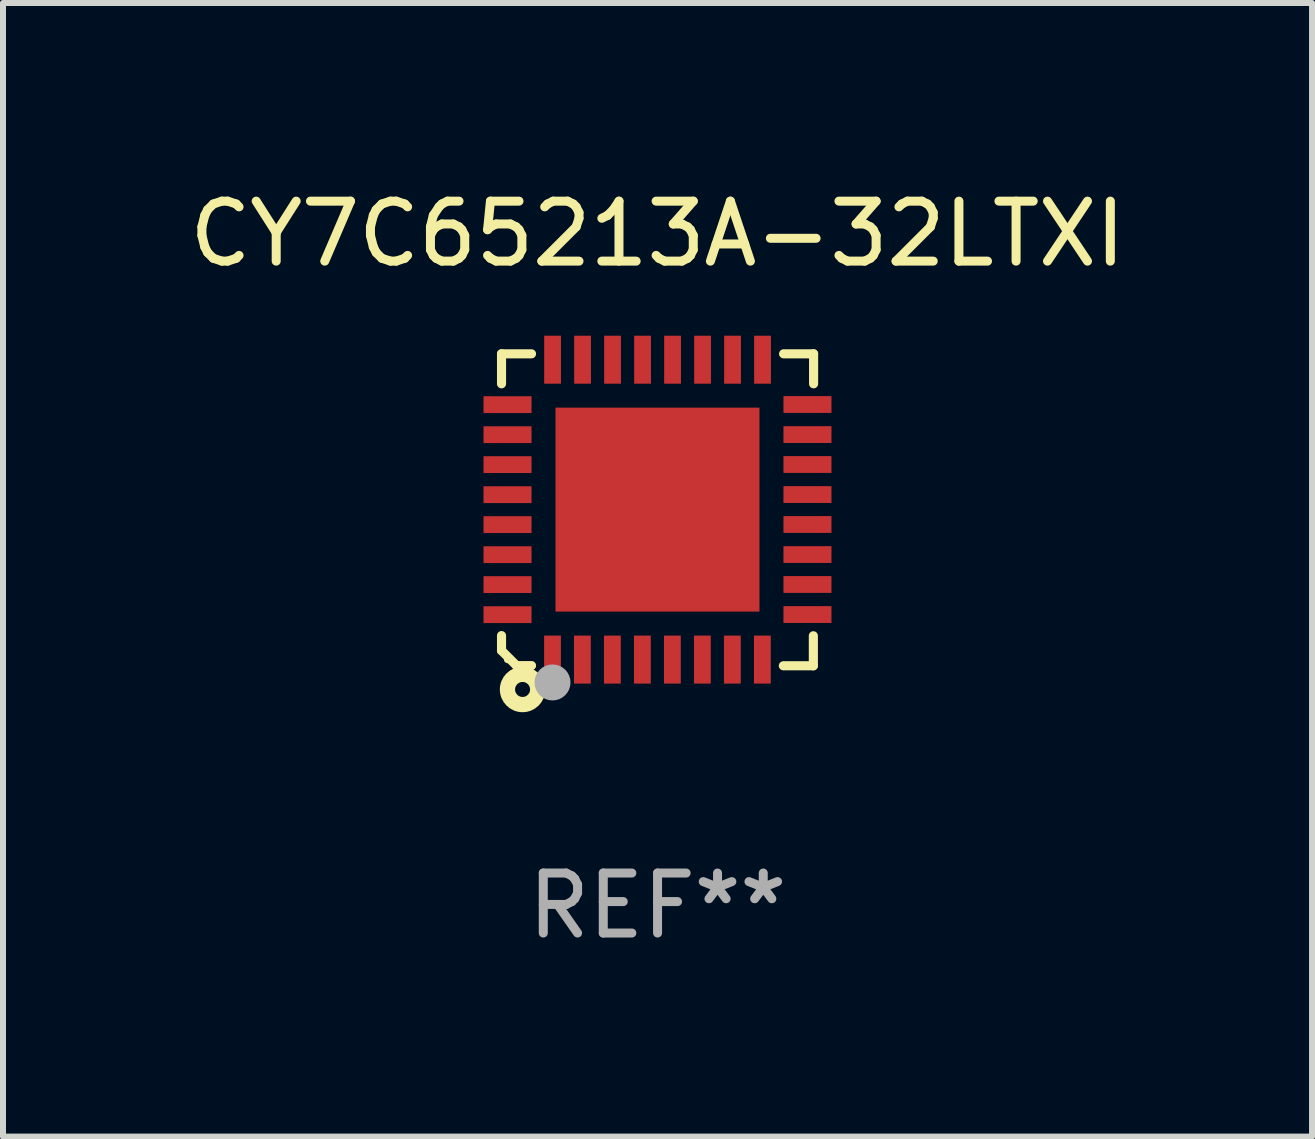
<source format=kicad_pcb>
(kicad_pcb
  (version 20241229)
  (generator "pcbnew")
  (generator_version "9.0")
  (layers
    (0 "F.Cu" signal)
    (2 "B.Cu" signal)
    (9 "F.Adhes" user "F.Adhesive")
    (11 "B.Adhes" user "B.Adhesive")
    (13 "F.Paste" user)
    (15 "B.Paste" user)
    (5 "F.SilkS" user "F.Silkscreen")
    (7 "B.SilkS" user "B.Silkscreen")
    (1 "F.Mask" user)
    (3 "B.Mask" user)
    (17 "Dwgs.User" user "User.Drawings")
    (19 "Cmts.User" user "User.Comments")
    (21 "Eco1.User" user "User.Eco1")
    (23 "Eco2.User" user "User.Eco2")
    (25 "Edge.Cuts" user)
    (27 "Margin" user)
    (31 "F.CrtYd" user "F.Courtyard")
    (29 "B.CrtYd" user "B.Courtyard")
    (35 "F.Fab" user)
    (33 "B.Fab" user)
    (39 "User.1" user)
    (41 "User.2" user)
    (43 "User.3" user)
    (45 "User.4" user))
  (footprint "CY7C65213A-32LTXI"
    (layer "F.Cu")
    (at 7.911 5.448)
    (property "Reference" "CY7C65213A-32LTXI" (at 0 -4.6 0) (layer "F.SilkS") (effects (font (size 1 1) (thickness 0.15))))
    (attr through_hole)
    (fp_line (start -2.601 2.097) (end -2.601 2.347) (stroke (width 0.152) (type solid)) (layer "F.SilkS"))
    (fp_line (start -2.601 2.347) (end -2.351 2.597) (stroke (width 0.152) (type solid)) (layer "F.SilkS"))
    (fp_line (start -2.601 -2.6) (end -2.601 -2.1) (stroke (width 0.152) (type solid)) (layer "F.SilkS"))
    (fp_line (start -2.601 -2.6) (end -2.101 -2.6) (stroke (width 0.152) (type solid)) (layer "F.SilkS"))
    (fp_line (start -2.351 2.597) (end -2.101 2.597) (stroke (width 0.152) (type solid)) (layer "F.SilkS"))
    (fp_line (start 2.597 2.6) (end 2.097 2.6) (stroke (width 0.152) (type solid)) (layer "F.SilkS"))
    (fp_line (start 2.597 2.6) (end 2.597 2.1) (stroke (width 0.152) (type solid)) (layer "F.SilkS"))
    (fp_line (start 2.601 -2.6) (end 2.101 -2.6) (stroke (width 0.152) (type solid)) (layer "F.SilkS"))
    (fp_line (start 2.601 -2.6) (end 2.601 -2.1) (stroke (width 0.152) (type solid)) (layer "F.SilkS"))
    (fp_circle (center -2.501 2.497) (end -2.471 2.497) (stroke (width 0.06) (type solid)) (fill no) (layer "F.SilkS"))
    (fp_circle (center -2.25 2.995) (end -2.125 2.995) (stroke (width 0.254) (type solid)) (fill no) (layer "F.SilkS"))
    (fp_circle (center -1.751 2.878) (end -1.601 2.878) (stroke (width 0.3) (type solid)) (fill no) (layer "F.Fab"))
    (fp_text user "REF**" (at 0 6.6 0) (layer "F.Fab") (effects (font (size 1 1) (thickness 0.15))))
    (pad "1" smd rect (at -1.751 2.497) (size 0.28 0.8) (layers "F.Cu" "F.Mask" "F.Paste"))
    (pad "2" smd rect (at -1.253 2.497) (size 0.28 0.8) (layers "F.Cu" "F.Mask" "F.Paste"))
    (pad "3" smd rect (at -0.753 2.497) (size 0.28 0.8) (layers "F.Cu" "F.Mask" "F.Paste"))
    (pad "4" smd rect (at -0.253 2.497) (size 0.28 0.8) (layers "F.Cu" "F.Mask" "F.Paste"))
    (pad "5" smd rect (at 0.247 2.497) (size 0.28 0.8) (layers "F.Cu" "F.Mask" "F.Paste"))
    (pad "6" smd rect (at 0.747 2.497) (size 0.28 0.8) (layers "F.Cu" "F.Mask" "F.Paste"))
    (pad "7" smd rect (at 1.247 2.497) (size 0.28 0.8) (layers "F.Cu" "F.Mask" "F.Paste"))
    (pad "8" smd rect (at 1.747 2.497) (size 0.28 0.8) (layers "F.Cu" "F.Mask" "F.Paste"))
    (pad "9" smd rect (at 2.499 1.746) (size 0.8 0.28) (layers "F.Cu" "F.Mask" "F.Paste"))
    (pad "10" smd rect (at 2.499 1.245) (size 0.8 0.28) (layers "F.Cu" "F.Mask" "F.Paste"))
    (pad "11" smd rect (at 2.499 0.746) (size 0.8 0.28) (layers "F.Cu" "F.Mask" "F.Paste"))
    (pad "12" smd rect (at 2.499 0.245) (size 0.8 0.28) (layers "F.Cu" "F.Mask" "F.Paste"))
    (pad "13" smd rect (at 2.499 -0.254) (size 0.8 0.28) (layers "F.Cu" "F.Mask" "F.Paste"))
    (pad "14" smd rect (at 2.499 -0.755) (size 0.8 0.28) (layers "F.Cu" "F.Mask" "F.Paste"))
    (pad "15" smd rect (at 2.499 -1.254) (size 0.8 0.28) (layers "F.Cu" "F.Mask" "F.Paste"))
    (pad "16" smd rect (at 2.499 -1.755) (size 0.8 0.28) (layers "F.Cu" "F.Mask" "F.Paste"))
    (pad "17" smd rect (at 1.75 -2.502) (size 0.28 0.8) (layers "F.Cu" "F.Mask" "F.Paste"))
    (pad "18" smd rect (at 1.25 -2.502) (size 0.28 0.8) (layers "F.Cu" "F.Mask" "F.Paste"))
    (pad "19" smd rect (at 0.75 -2.502) (size 0.28 0.8) (layers "F.Cu" "F.Mask" "F.Paste"))
    (pad "20" smd rect (at 0.25 -2.502) (size 0.28 0.8) (layers "F.Cu" "F.Mask" "F.Paste"))
    (pad "21" smd rect (at -0.25 -2.502) (size 0.28 0.8) (layers "F.Cu" "F.Mask" "F.Paste"))
    (pad "22" smd rect (at -0.75 -2.502) (size 0.28 0.8) (layers "F.Cu" "F.Mask" "F.Paste"))
    (pad "23" smd rect (at -1.25 -2.502) (size 0.28 0.8) (layers "F.Cu" "F.Mask" "F.Paste"))
    (pad "24" smd rect (at -1.75 -2.502) (size 0.28 0.8) (layers "F.Cu" "F.Mask" "F.Paste"))
    (pad "25" smd rect (at -2.501 -1.753) (size 0.8 0.28) (layers "F.Cu" "F.Mask" "F.Paste"))
    (pad "26" smd rect (at -2.501 -1.252) (size 0.8 0.28) (layers "F.Cu" "F.Mask" "F.Paste"))
    (pad "27" smd rect (at -2.501 -0.753) (size 0.8 0.28) (layers "F.Cu" "F.Mask" "F.Paste"))
    (pad "28" smd rect (at -2.501 -0.252) (size 0.8 0.28) (layers "F.Cu" "F.Mask" "F.Paste"))
    (pad "29" smd rect (at -2.501 0.247) (size 0.8 0.28) (layers "F.Cu" "F.Mask" "F.Paste"))
    (pad "30" smd rect (at -2.501 0.748) (size 0.8 0.28) (layers "F.Cu" "F.Mask" "F.Paste"))
    (pad "31" smd rect (at -2.501 1.247) (size 0.8 0.28) (layers "F.Cu" "F.Mask" "F.Paste"))
    (pad "32" smd rect (at -2.501 1.748) (size 0.8 0.28) (layers "F.Cu" "F.Mask" "F.Paste"))
    (pad "33" smd rect (at -0.001 -0.003 180) (size 3.4 3.4) (layers "F.Cu" "F.Mask" "F.Paste")))
  (gr_rect
    (start -3 -3)
    (end 18.821 15.896)
    (stroke (width 0.1) (type default))
    (fill no)
    (layer "Edge.Cuts")))
</source>
